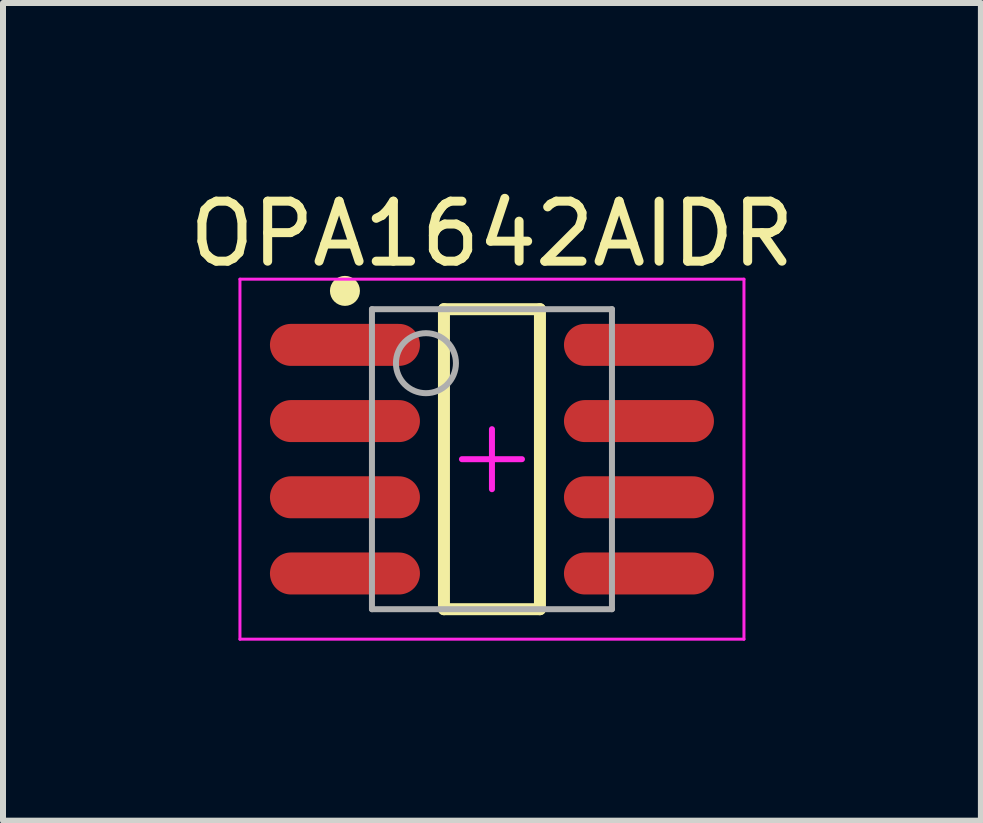
<source format=kicad_pcb>
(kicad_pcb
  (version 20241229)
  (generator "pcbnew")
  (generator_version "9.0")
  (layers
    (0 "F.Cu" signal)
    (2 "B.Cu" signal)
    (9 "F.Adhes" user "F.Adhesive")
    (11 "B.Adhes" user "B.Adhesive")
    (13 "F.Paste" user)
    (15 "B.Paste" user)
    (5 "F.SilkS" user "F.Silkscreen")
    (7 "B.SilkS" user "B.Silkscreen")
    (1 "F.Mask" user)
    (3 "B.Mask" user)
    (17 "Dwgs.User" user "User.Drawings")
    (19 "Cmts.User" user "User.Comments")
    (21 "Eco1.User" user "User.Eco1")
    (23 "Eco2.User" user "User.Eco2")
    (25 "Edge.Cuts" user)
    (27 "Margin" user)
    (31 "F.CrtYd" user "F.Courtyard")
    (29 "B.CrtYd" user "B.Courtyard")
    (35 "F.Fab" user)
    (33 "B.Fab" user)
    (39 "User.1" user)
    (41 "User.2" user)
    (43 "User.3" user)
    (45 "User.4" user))
  (footprint "OPA1642AIDR"
    (layer "F.Cu")
    (at 5.149 4.603)
    (property "Reference" "OPA1642AIDR" (at 0 -3.755 0) (unlocked yes) (layer "F.SilkS") (effects (font (size 1 1) (thickness 0.15))))
    (fp_line (start -0.8 -2.5) (end 0.8 -2.5) (stroke (width 0.2) (type solid)) (layer "F.SilkS"))
    (fp_line (start -0.8 2.5) (end -0.8 -2.5) (stroke (width 0.2) (type solid)) (layer "F.SilkS"))
    (fp_line (start -0.8 2.5) (end 0.8 2.5) (stroke (width 0.2) (type solid)) (layer "F.SilkS"))
    (fp_line (start 0.8 2.5) (end 0.8 -2.5) (stroke (width 0.2) (type solid)) (layer "F.SilkS"))
    (fp_circle (center -2.45 -2.805) (end -2.45 -2.93) (stroke (width 0.25) (type solid)) (fill no) (layer "F.SilkS"))
    (fp_line (start -4.2 -3) (end 4.2 -3) (stroke (width 0.05) (type solid)) (layer "F.CrtYd"))
    (fp_line (start -4.2 3) (end -4.2 -3) (stroke (width 0.05) (type solid)) (layer "F.CrtYd"))
    (fp_line (start -4.2 3) (end 4.2 3) (stroke (width 0.05) (type solid)) (layer "F.CrtYd"))
    (fp_line (start -0.5 0) (end 0.5 0) (stroke (width 0.1) (type solid)) (layer "F.CrtYd"))
    (fp_line (start 0 0.5) (end 0 -0.5) (stroke (width 0.1) (type solid)) (layer "F.CrtYd"))
    (fp_line (start 4.2 3) (end 4.2 -3) (stroke (width 0.05) (type solid)) (layer "F.CrtYd"))
    (fp_line (start -2 -2.5) (end 2 -2.5) (stroke (width 0.1) (type solid)) (layer "F.Fab"))
    (fp_line (start -2 2.5) (end -2 -2.5) (stroke (width 0.1) (type solid)) (layer "F.Fab"))
    (fp_line (start -2 2.5) (end 2 2.5) (stroke (width 0.1) (type solid)) (layer "F.Fab"))
    (fp_line (start 2 2.5) (end 2 -2.5) (stroke (width 0.1) (type solid)) (layer "F.Fab"))
    (fp_circle (center -1.1 -1.6) (end -1.1 -2.1) (stroke (width 0.1) (type solid)) (fill no) (layer "F.Fab"))
    (pad "1" smd oval (at -2.45 -1.905 90) (size 0.7 2.5) (layers "F.Cu" "F.Mask" "F.Paste"))
    (pad "2" smd oval (at -2.45 -0.635 90) (size 0.7 2.5) (layers "F.Cu" "F.Mask" "F.Paste"))
    (pad "3" smd oval (at -2.45 0.635 90) (size 0.7 2.5) (layers "F.Cu" "F.Mask" "F.Paste"))
    (pad "4" smd oval (at -2.45 1.905 90) (size 0.7 2.5) (layers "F.Cu" "F.Mask" "F.Paste"))
    (pad "5" smd oval (at 2.45 1.905 90) (size 0.7 2.5) (layers "F.Cu" "F.Mask" "F.Paste"))
    (pad "6" smd oval (at 2.45 0.635 90) (size 0.7 2.5) (layers "F.Cu" "F.Mask" "F.Paste"))
    (pad "7" smd oval (at 2.45 -0.635 90) (size 0.7 2.5) (layers "F.Cu" "F.Mask" "F.Paste"))
    (pad "8" smd oval (at 2.45 -1.905 90) (size 0.7 2.5) (layers "F.Cu" "F.Mask" "F.Paste")))
  (gr_rect
    (start -3 -3)
    (end 13.298 10.628)
    (stroke (width 0.1) (type default))
    (fill no)
    (layer "Edge.Cuts")))
</source>
